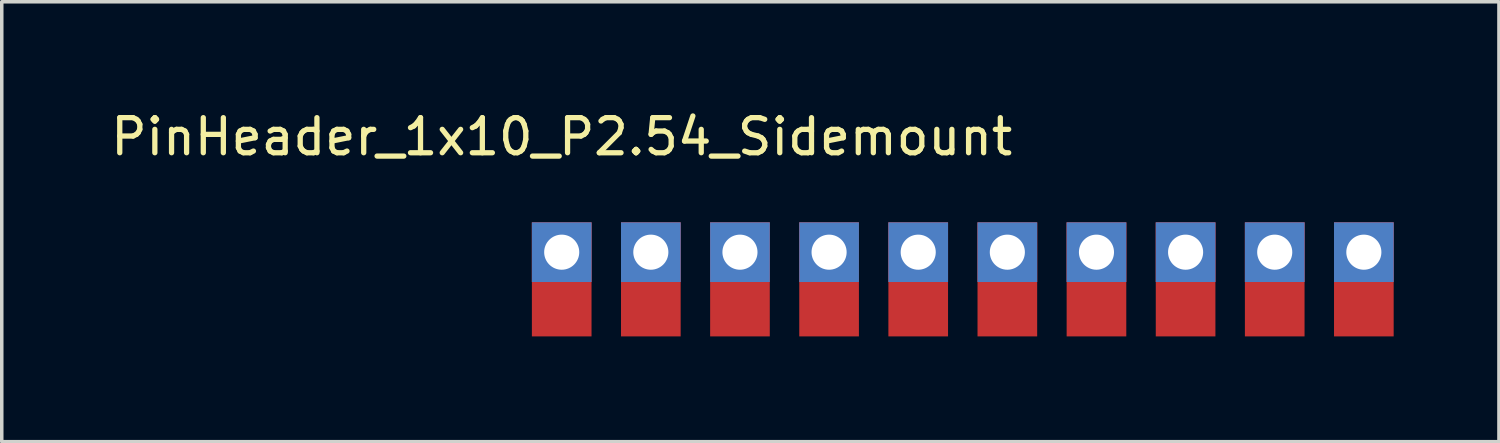
<source format=kicad_pcb>
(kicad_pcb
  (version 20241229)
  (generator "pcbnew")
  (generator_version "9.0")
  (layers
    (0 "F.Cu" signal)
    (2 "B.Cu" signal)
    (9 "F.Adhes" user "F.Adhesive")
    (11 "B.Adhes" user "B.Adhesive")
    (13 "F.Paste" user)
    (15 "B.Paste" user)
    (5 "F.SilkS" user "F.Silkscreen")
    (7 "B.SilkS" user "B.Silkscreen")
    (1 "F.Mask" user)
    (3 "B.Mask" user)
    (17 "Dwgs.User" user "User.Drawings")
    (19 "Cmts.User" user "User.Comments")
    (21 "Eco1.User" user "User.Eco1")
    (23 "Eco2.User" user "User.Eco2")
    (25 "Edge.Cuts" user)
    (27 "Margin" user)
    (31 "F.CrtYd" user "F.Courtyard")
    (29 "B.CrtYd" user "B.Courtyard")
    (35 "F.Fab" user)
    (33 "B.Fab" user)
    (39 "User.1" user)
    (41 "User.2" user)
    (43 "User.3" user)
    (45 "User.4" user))
  (footprint "PinHeader_1x10_P2.54_Sidemount"
    (layer "F.Cu")
    (at 12.958 4.912)
    (property "Reference" "PinHeader_1x10_P2.54_Sidemount" (at 0 -4.064 0) (layer "F.SilkS") (effects (font (size 1 1) (thickness 0.15))))
    (attr through_hole)
    (pad "1" thru_hole rect (at 0 -0.775) (size 1.7 1.7) (drill 1) (layers "*.Cu" "*.Mask"))
    (pad "1" smd rect (at 0 0) (size 1.7 3.25) (layers "F.Cu" "F.Mask"))
    (pad "2" thru_hole rect (at 2.54 -0.775) (size 1.7 1.7) (drill 1) (layers "*.Cu" "*.Mask"))
    (pad "2" smd rect (at 2.54 0) (size 1.7 3.25) (layers "F.Cu" "F.Mask"))
    (pad "3" thru_hole rect (at 5.08 -0.775) (size 1.7 1.7) (drill 1) (layers "*.Cu" "*.Mask"))
    (pad "3" smd rect (at 5.08 0) (size 1.7 3.25) (layers "F.Cu" "F.Mask"))
    (pad "4" thru_hole rect (at 7.62 -0.775) (size 1.7 1.7) (drill 1) (layers "*.Cu" "*.Mask"))
    (pad "4" smd rect (at 7.62 0) (size 1.7 3.25) (layers "F.Cu" "F.Mask"))
    (pad "5" thru_hole rect (at 10.16 -0.775) (size 1.7 1.7) (drill 1) (layers "*.Cu" "*.Mask"))
    (pad "5" smd rect (at 10.16 0) (size 1.7 3.25) (layers "F.Cu" "F.Mask"))
    (pad "6" thru_hole rect (at 12.7 -0.775) (size 1.7 1.7) (drill 1) (layers "*.Cu" "*.Mask"))
    (pad "6" smd rect (at 12.7 0) (size 1.7 3.25) (layers "F.Cu" "F.Mask"))
    (pad "7" thru_hole rect (at 15.24 -0.775) (size 1.7 1.7) (drill 1) (layers "*.Cu" "*.Mask"))
    (pad "7" smd rect (at 15.24 0) (size 1.7 3.25) (layers "F.Cu" "F.Mask"))
    (pad "8" thru_hole rect (at 17.78 -0.775) (size 1.7 1.7) (drill 1) (layers "*.Cu" "*.Mask"))
    (pad "8" smd rect (at 17.78 0) (size 1.7 3.25) (layers "F.Cu" "F.Mask"))
    (pad "9" thru_hole rect (at 20.32 -0.775) (size 1.7 1.7) (drill 1) (layers "*.Cu" "*.Mask"))
    (pad "9" smd rect (at 20.32 0) (size 1.7 3.25) (layers "F.Cu" "F.Mask"))
    (pad "10" thru_hole rect (at 22.86 -0.775) (size 1.7 1.7) (drill 1) (layers "*.Cu" "*.Mask"))
    (pad "10" smd rect (at 22.86 0) (size 1.7 3.25) (layers "F.Cu" "F.Mask")))
  (gr_rect
    (start -3 -3)
    (end 39.668 9.537)
    (stroke (width 0.1) (type default))
    (fill no)
    (layer "Edge.Cuts")))
</source>
